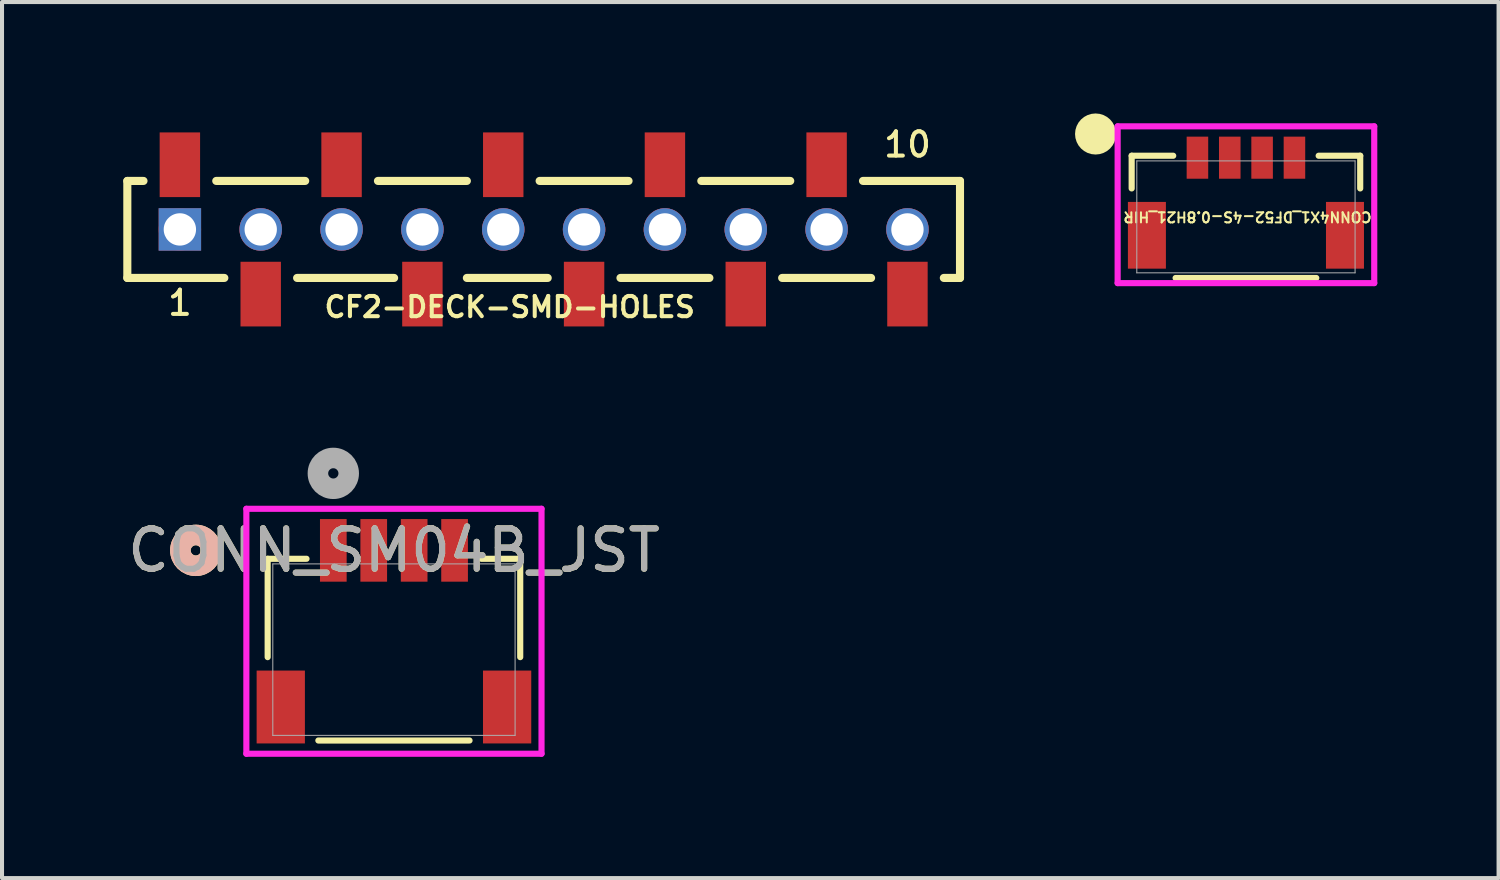
<source format=kicad_pcb>
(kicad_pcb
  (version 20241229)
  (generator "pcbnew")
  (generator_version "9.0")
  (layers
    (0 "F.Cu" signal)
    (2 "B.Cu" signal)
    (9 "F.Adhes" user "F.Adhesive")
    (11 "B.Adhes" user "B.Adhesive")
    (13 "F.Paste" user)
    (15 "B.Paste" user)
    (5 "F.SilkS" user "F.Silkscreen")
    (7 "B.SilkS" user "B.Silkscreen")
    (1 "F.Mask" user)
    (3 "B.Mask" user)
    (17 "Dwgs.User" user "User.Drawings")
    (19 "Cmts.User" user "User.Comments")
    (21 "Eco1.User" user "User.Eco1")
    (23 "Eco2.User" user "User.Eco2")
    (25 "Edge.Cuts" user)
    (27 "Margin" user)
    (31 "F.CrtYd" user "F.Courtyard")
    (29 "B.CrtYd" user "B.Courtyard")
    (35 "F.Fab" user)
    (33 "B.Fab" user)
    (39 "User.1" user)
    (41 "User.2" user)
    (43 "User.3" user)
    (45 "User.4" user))
  (footprint "CF2-DECK-SMD-HOLES"
    (layer "F.Cu")
    (at 10.4 2.626)
    (property "Reference" "CF2-DECK-SMD-HOLES" (at -0.84 1.92 0) (layer "F.SilkS") (effects (font (size 0.5 0.5) (thickness 0.1))))
    (attr smd)
    (fp_line (start -10.3 -1.2) (end -10.3 1.2) (stroke (width 0.2) (type solid)) (layer "F.SilkS"))
    (fp_line (start -10.3 -1.2) (end -9.9 -1.2) (stroke (width 0.2) (type solid)) (layer "F.SilkS"))
    (fp_line (start -10.3 1.2) (end -7.9 1.2) (stroke (width 0.2) (type solid)) (layer "F.SilkS"))
    (fp_line (start -8.1 -1.2) (end -5.9 -1.2) (stroke (width 0.2) (type solid)) (layer "F.SilkS"))
    (fp_line (start -6.1 1.2) (end -3.7 1.2) (stroke (width 0.2) (type solid)) (layer "F.SilkS"))
    (fp_line (start -4.1 -1.2) (end -1.9 -1.2) (stroke (width 0.2) (type solid)) (layer "F.SilkS"))
    (fp_line (start -1.9 1.2) (end 0.1 1.2) (stroke (width 0.2) (type solid)) (layer "F.SilkS"))
    (fp_line (start -0.1 -1.2) (end 2.1 -1.2) (stroke (width 0.2) (type solid)) (layer "F.SilkS"))
    (fp_line (start 1.9 1.2) (end 4.1 1.2) (stroke (width 0.2) (type solid)) (layer "F.SilkS"))
    (fp_line (start 3.9 -1.2) (end 6.1 -1.2) (stroke (width 0.2) (type solid)) (layer "F.SilkS"))
    (fp_line (start 5.9 1.2) (end 8.1 1.2) (stroke (width 0.2) (type solid)) (layer "F.SilkS"))
    (fp_line (start 7.9 -1.2) (end 10.3 -1.2) (stroke (width 0.2) (type solid)) (layer "F.SilkS"))
    (fp_line (start 10.3 -1.2) (end 10.3 1.2) (stroke (width 0.2) (type solid)) (layer "F.SilkS"))
    (fp_line (start 10.3 1.2) (end 9.9 1.2) (stroke (width 0.2) (type solid)) (layer "F.SilkS"))
    (fp_text user "1" (at -8.999 1.817 0) (layer "F.SilkS") (effects (font (size 0.6 0.6) (thickness 0.1) (bold yes))))
    (fp_text user "10" (at 9 -2.1 0) (layer "F.SilkS") (effects (font (size 0.6 0.6) (thickness 0.1) (bold yes))))
    (pad "1" smd rect (at -9 -1.6) (size 1 1.6) (layers "F.Cu" "F.Mask" "F.Paste"))
    (pad "1" smd circle (at -9 0) (size 1.05 1.05) (layers "F.Cu" "F.Mask"))
    (pad "1" thru_hole rect (at -9 0) (size 1.05 1.05) (drill 0.8) (layers "*.Cu" "B.Mask"))
    (pad "2" smd circle (at -7 0) (size 1.05 1.05) (layers "F.Cu" "F.Mask"))
    (pad "2" thru_hole circle (at -7 0) (size 1.05 1.05) (drill 0.8) (layers "*.Cu" "B.Mask"))
    (pad "2" smd rect (at -7 1.6) (size 1 1.6) (layers "F.Cu" "F.Mask" "F.Paste"))
    (pad "3" smd rect (at -5 -1.6) (size 1 1.6) (layers "F.Cu" "F.Mask" "F.Paste"))
    (pad "3" smd circle (at -5 0) (size 1.05 1.05) (layers "F.Cu" "F.Mask"))
    (pad "3" thru_hole circle (at -5 0) (size 1.05 1.05) (drill 0.8) (layers "*.Cu" "B.Mask"))
    (pad "4" smd circle (at -3 0) (size 1.05 1.05) (layers "F.Cu" "F.Mask"))
    (pad "4" thru_hole circle (at -3 0) (size 1.05 1.05) (drill 0.8) (layers "*.Cu" "B.Mask"))
    (pad "4" smd rect (at -3 1.6) (size 1 1.6) (layers "F.Cu" "F.Mask" "F.Paste"))
    (pad "5" smd rect (at -1 -1.6) (size 1 1.6) (layers "F.Cu" "F.Mask" "F.Paste"))
    (pad "5" smd circle (at -1 0) (size 1.05 1.05) (layers "F.Cu" "F.Mask"))
    (pad "5" thru_hole circle (at -1 0) (size 1.05 1.05) (drill 0.8) (layers "*.Cu" "B.Mask"))
    (pad "6" smd circle (at 1 0) (size 1.05 1.05) (layers "F.Cu" "F.Mask"))
    (pad "6" thru_hole circle (at 1 0) (size 1.05 1.05) (drill 0.8) (layers "*.Cu" "B.Mask"))
    (pad "6" smd rect (at 1 1.6) (size 1 1.6) (layers "F.Cu" "F.Mask" "F.Paste"))
    (pad "7" smd rect (at 3 -1.6) (size 1 1.6) (layers "F.Cu" "F.Mask" "F.Paste"))
    (pad "7" smd circle (at 3 0) (size 1.05 1.05) (layers "F.Cu" "F.Mask"))
    (pad "7" thru_hole circle (at 3 0) (size 1.05 1.05) (drill 0.8) (layers "*.Cu" "B.Mask"))
    (pad "8" smd circle (at 5 0) (size 1.05 1.05) (layers "F.Cu" "F.Mask"))
    (pad "8" thru_hole circle (at 5 0) (size 1.05 1.05) (drill 0.8) (layers "*.Cu" "B.Mask"))
    (pad "8" smd rect (at 5 1.6) (size 1 1.6) (layers "F.Cu" "F.Mask" "F.Paste"))
    (pad "9" smd rect (at 7 -1.6) (size 1 1.6) (layers "F.Cu" "F.Mask" "F.Paste"))
    (pad "9" smd circle (at 7 0) (size 1.05 1.05) (layers "F.Cu" "F.Mask"))
    (pad "9" thru_hole circle (at 7 0) (size 1.05 1.05) (drill 0.8) (layers "*.Cu" "B.Mask"))
    (pad "10" smd circle (at 9 0) (size 1.05 1.05) (layers "F.Cu" "F.Mask"))
    (pad "10" thru_hole circle (at 9 0) (size 1.05 1.05) (drill 0.8) (layers "*.Cu" "B.Mask"))
    (pad "10" smd rect (at 9 1.6) (size 1 1.6) (layers "F.Cu" "F.Mask" "F.Paste")))
  (footprint "CONN4X1_DF52-4S-0.8H21_HIR"
    (layer "F.Cu")
    (at 27.774 2.315)
    (property "Reference" "CONN4X1_DF52-4S-0.8H21_HIR" (at 0.04 0 180) (unlocked yes) (layer "F.SilkS") (effects (font (size 0.25 0.25) (thickness 0.05) (bold yes))))
    (attr smd)
    (fp_line (start -2.827 -1.512) (end -2.827 -0.703) (stroke (width 0.152) (type solid)) (layer "F.SilkS"))
    (fp_line (start -1.799 -1.512) (end -2.827 -1.512) (stroke (width 0.152) (type solid)) (layer "F.SilkS"))
    (fp_line (start -1.74 1.512) (end 1.74 1.512) (stroke (width 0.152) (type solid)) (layer "F.SilkS"))
    (fp_line (start 2.827 -1.512) (end 1.799 -1.512) (stroke (width 0.152) (type solid)) (layer "F.SilkS"))
    (fp_line (start 2.827 -0.703) (end 2.827 -1.512) (stroke (width 0.152) (type solid)) (layer "F.SilkS"))
    (fp_circle (center -3.72 -2.05) (end -3.72 -2.05) (stroke (width 0.508) (type solid)) (fill no) (layer "F.SilkS"))
    (fp_line (start -3.174 -2.239) (end -3.174 1.639) (stroke (width 0.152) (type solid)) (layer "F.CrtYd"))
    (fp_line (start -3.174 1.639) (end 3.174 1.639) (stroke (width 0.152) (type solid)) (layer "F.CrtYd"))
    (fp_line (start 3.174 -2.239) (end -3.174 -2.239) (stroke (width 0.152) (type solid)) (layer "F.CrtYd"))
    (fp_line (start 3.174 1.639) (end 3.174 -2.239) (stroke (width 0.152) (type solid)) (layer "F.CrtYd"))
    (fp_line (start -2.7 -1.385) (end -2.7 1.385) (stroke (width 0.025) (type solid)) (layer "F.Fab"))
    (fp_line (start -2.7 1.385) (end 2.7 1.385) (stroke (width 0.025) (type solid)) (layer "F.Fab"))
    (fp_line (start 2.7 -1.385) (end -2.7 -1.385) (stroke (width 0.025) (type solid)) (layer "F.Fab"))
    (fp_line (start 2.7 1.385) (end 2.7 -1.385) (stroke (width 0.025) (type solid)) (layer "F.Fab"))
    (pad "1" smd rect (at -1.2 -1.464) (size 0.533 1.041) (layers "F.Cu" "F.Mask" "F.Paste"))
    (pad "2" smd rect (at -0.4 -1.464) (size 0.533 1.041) (layers "F.Cu" "F.Mask" "F.Paste"))
    (pad "3" smd rect (at 0.4 -1.464) (size 0.533 1.041) (layers "F.Cu" "F.Mask" "F.Paste"))
    (pad "4" smd rect (at 1.2 -1.464) (size 0.533 1.041) (layers "F.Cu" "F.Mask" "F.Paste"))
    (pad "5" smd rect (at -2.45 0.456) (size 0.94 1.651) (layers "F.Cu" "F.Mask" "F.Paste"))
    (pad "6" smd rect (at 2.45 0.456) (size 0.94 1.651) (layers "F.Cu" "F.Mask" "F.Paste")))
  (footprint "CONN_SM04B_JST"
    (layer "F.Cu")
    (at 5.196 10.566)
    (property "Reference" "CONN_SM04B_JST" (at 1.5 0 0) (unlocked yes) (layer "F.SilkS") (effects (font (size 1 1) (thickness 0.15))))
    (attr smd)
    (fp_line (start -1.624 0.208) (end -1.624 2.641) (stroke (width 0.152) (type solid)) (layer "F.SilkS"))
    (fp_line (start -0.663 0.208) (end -1.624 0.208) (stroke (width 0.152) (type solid)) (layer "F.SilkS"))
    (fp_line (start -0.37 4.704) (end 3.37 4.704) (stroke (width 0.152) (type solid)) (layer "F.SilkS"))
    (fp_line (start 4.624 0.208) (end 3.663 0.208) (stroke (width 0.152) (type solid)) (layer "F.SilkS"))
    (fp_line (start 4.624 2.641) (end 4.624 0.208) (stroke (width 0.152) (type solid)) (layer "F.SilkS"))
    (fp_circle (center -3.402 0) (end -3.021 0) (stroke (width 0.508) (type solid)) (fill no) (layer "F.SilkS"))
    (fp_circle (center -3.402 0) (end -3.021 0) (stroke (width 0.508) (type solid)) (fill no) (layer "B.SilkS"))
    (fp_line (start -2.151 -1.029) (end -2.151 5.031) (stroke (width 0.152) (type solid)) (layer "F.CrtYd"))
    (fp_line (start -2.151 5.031) (end 5.151 5.031) (stroke (width 0.152) (type solid)) (layer "F.CrtYd"))
    (fp_line (start 5.151 -1.029) (end -2.151 -1.029) (stroke (width 0.152) (type solid)) (layer "F.CrtYd"))
    (fp_line (start 5.151 5.031) (end 5.151 -1.029) (stroke (width 0.152) (type solid)) (layer "F.CrtYd"))
    (fp_line (start -1.497 0.335) (end -1.497 4.577) (stroke (width 0.025) (type solid)) (layer "F.Fab"))
    (fp_line (start -1.497 4.577) (end 4.497 4.577) (stroke (width 0.025) (type solid)) (layer "F.Fab"))
    (fp_line (start 4.497 0.335) (end -1.497 0.335) (stroke (width 0.025) (type solid)) (layer "F.Fab"))
    (fp_line (start 4.497 4.577) (end 4.497 0.335) (stroke (width 0.025) (type solid)) (layer "F.Fab"))
    (fp_circle (center 0 -1.905) (end 0.381 -1.905) (stroke (width 0.508) (type solid)) (fill no) (layer "F.Fab"))
    (fp_text user "${REFERENCE}" (at 1.5 0 0) (unlocked yes) (layer "F.Fab") (effects (font (size 1 1) (thickness 0.15))))
    (pad "1" smd rect (at 0 0) (size 0.66 1.549) (layers "F.Cu" "F.Mask" "F.Paste"))
    (pad "2" smd rect (at 1 0) (size 0.66 1.549) (layers "F.Cu" "F.Mask" "F.Paste"))
    (pad "3" smd rect (at 2 0) (size 0.66 1.549) (layers "F.Cu" "F.Mask" "F.Paste"))
    (pad "4" smd rect (at 3 0) (size 0.66 1.549) (layers "F.Cu" "F.Mask" "F.Paste"))
    (pad "5" smd rect (at -1.3 3.875) (size 1.194 1.803) (layers "F.Cu" "F.Mask" "F.Paste"))
    (pad "6" smd rect (at 4.3 3.875) (size 1.194 1.803) (layers "F.Cu" "F.Mask" "F.Paste")))
  (gr_rect
    (start -3 -3)
    (end 34.024 18.673)
    (stroke (width 0.1) (type default))
    (fill no)
    (layer "Edge.Cuts")))
</source>
